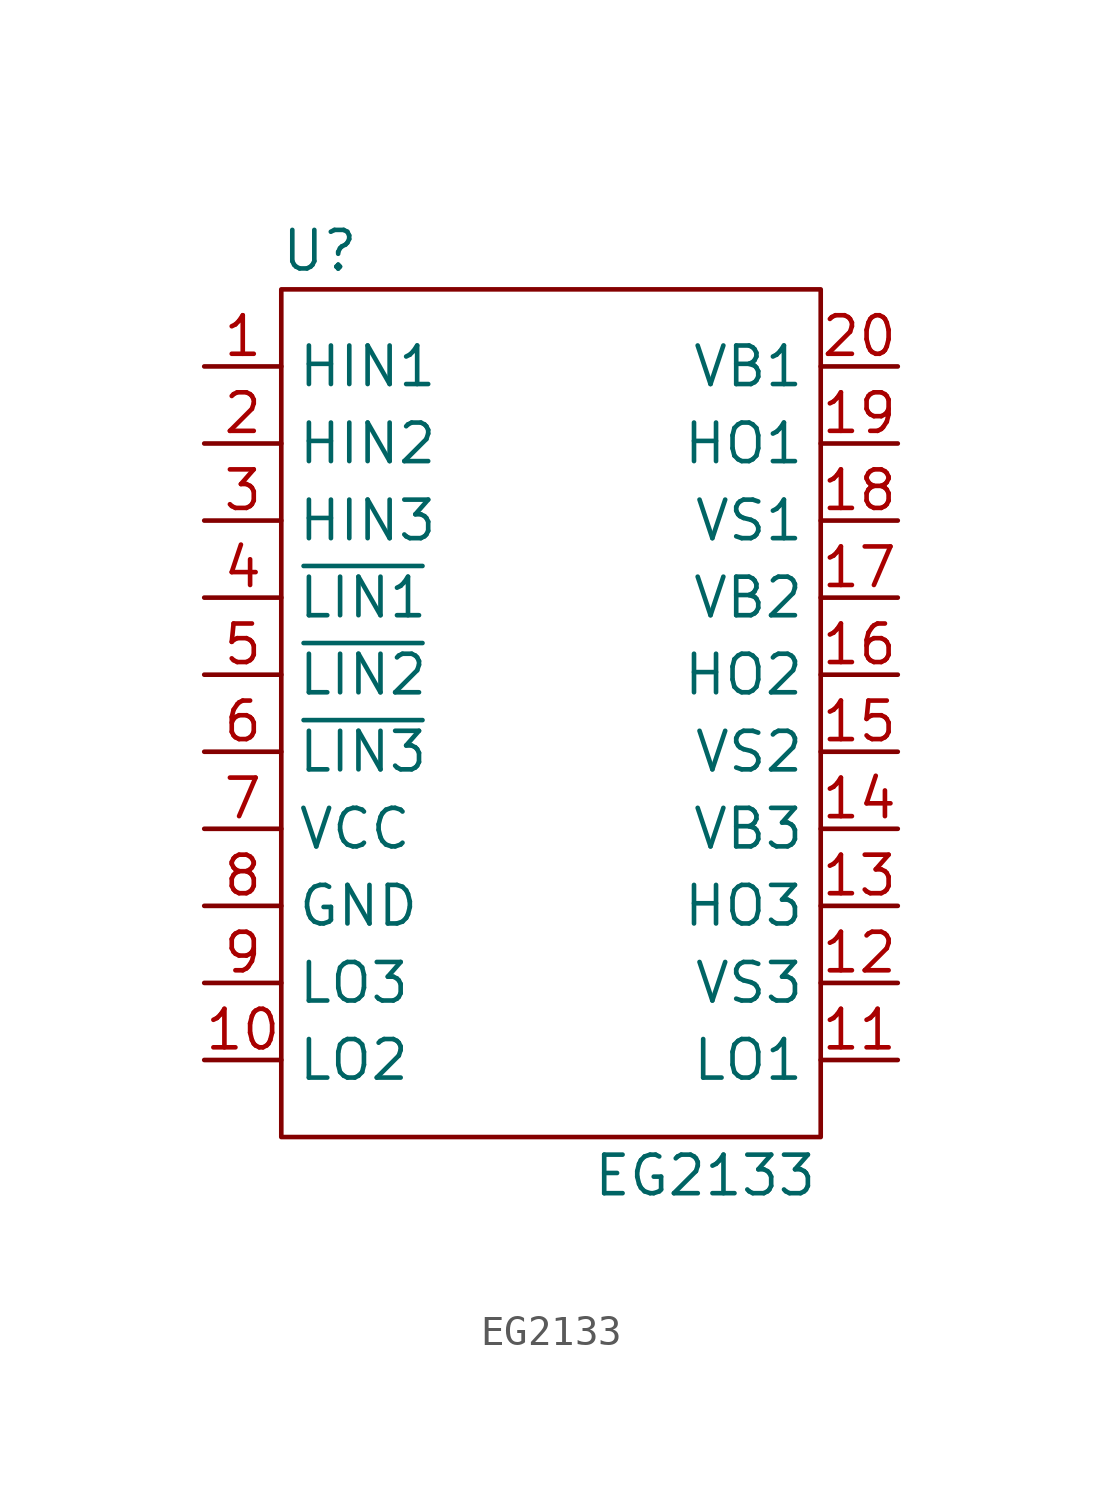
<source format=kicad_sym>
(kicad_symbol_lib
  (version 20211014)
  (generator kicad_symbol_editor)
  (symbol "EG2133"
    (property "Reference" "U"
      (at 3.81 29.21 0)
      (effects (font (size 1.27 1.27))))
    (property "Value" "EG2133"
      (at 16.51 -1.27 0)
      (effects (font (size 1.27 1.27))))
    (symbol "EG2133_0_1"
      (rectangle (start 2.54 27.94) (end 20.32 0) (stroke (width 0) (type default) (color 0 0 0 0)) (fill (type none))))
    (symbol "EG2133_1_1"
      (pin input line (at 0 25.4 0) (length 2.54) (name "HIN1" (effects (font (size 1.27 1.27)))) (number "1" (effects (font (size 1.27 1.27)))))
      (pin output line (at 0 2.54 0) (length 2.54) (name "LO2" (effects (font (size 1.27 1.27)))) (number "10" (effects (font (size 1.27 1.27)))))
      (pin output line (at 22.86 2.54 180) (length 2.54) (name "LO1" (effects (font (size 1.27 1.27)))) (number "11" (effects (font (size 1.27 1.27)))))
      (pin input line (at 22.86 5.08 180) (length 2.54) (name "VS3" (effects (font (size 1.27 1.27)))) (number "12" (effects (font (size 1.27 1.27)))))
      (pin output line (at 22.86 7.62 180) (length 2.54) (name "HO3" (effects (font (size 1.27 1.27)))) (number "13" (effects (font (size 1.27 1.27)))))
      (pin input line (at 22.86 10.16 180) (length 2.54) (name "VB3" (effects (font (size 1.27 1.27)))) (number "14" (effects (font (size 1.27 1.27)))))
      (pin input line (at 22.86 12.7 180) (length 2.54) (name "VS2" (effects (font (size 1.27 1.27)))) (number "15" (effects (font (size 1.27 1.27)))))
      (pin output line (at 22.86 15.24 180) (length 2.54) (name "HO2" (effects (font (size 1.27 1.27)))) (number "16" (effects (font (size 1.27 1.27)))))
      (pin input line (at 22.86 17.78 180) (length 2.54) (name "VB2" (effects (font (size 1.27 1.27)))) (number "17" (effects (font (size 1.27 1.27)))))
      (pin input line (at 22.86 20.32 180) (length 2.54) (name "VS1" (effects (font (size 1.27 1.27)))) (number "18" (effects (font (size 1.27 1.27)))))
      (pin output line (at 22.86 22.86 180) (length 2.54) (name "HO1" (effects (font (size 1.27 1.27)))) (number "19" (effects (font (size 1.27 1.27)))))
      (pin input line (at 0 22.86 0) (length 2.54) (name "HIN2" (effects (font (size 1.27 1.27)))) (number "2" (effects (font (size 1.27 1.27)))))
      (pin input line (at 22.86 25.4 180) (length 2.54) (name "VB1" (effects (font (size 1.27 1.27)))) (number "20" (effects (font (size 1.27 1.27)))))
      (pin input line (at 0 20.32 0) (length 2.54) (name "HIN3" (effects (font (size 1.27 1.27)))) (number "3" (effects (font (size 1.27 1.27)))))
      (pin input line (at 0 17.78 0) (length 2.54) (name "~{LIN1}" (effects (font (size 1.27 1.27)))) (number "4" (effects (font (size 1.27 1.27)))))
      (pin input line (at 0 15.24 0) (length 2.54) (name "~{LIN2}" (effects (font (size 1.27 1.27)))) (number "5" (effects (font (size 1.27 1.27)))))
      (pin input line (at 0 12.7 0) (length 2.54) (name "~{LIN3}" (effects (font (size 1.27 1.27)))) (number "6" (effects (font (size 1.27 1.27)))))
      (pin power_in line (at 0 10.16 0) (length 2.54) (name "VCC" (effects (font (size 1.27 1.27)))) (number "7" (effects (font (size 1.27 1.27)))))
      (pin power_in line (at 0 7.62 0) (length 2.54) (name "GND" (effects (font (size 1.27 1.27)))) (number "8" (effects (font (size 1.27 1.27)))))
      (pin output line (at 0 5.08 0) (length 2.54) (name "LO3" (effects (font (size 1.27 1.27)))) (number "9" (effects (font (size 1.27 1.27))))))))
</source>
